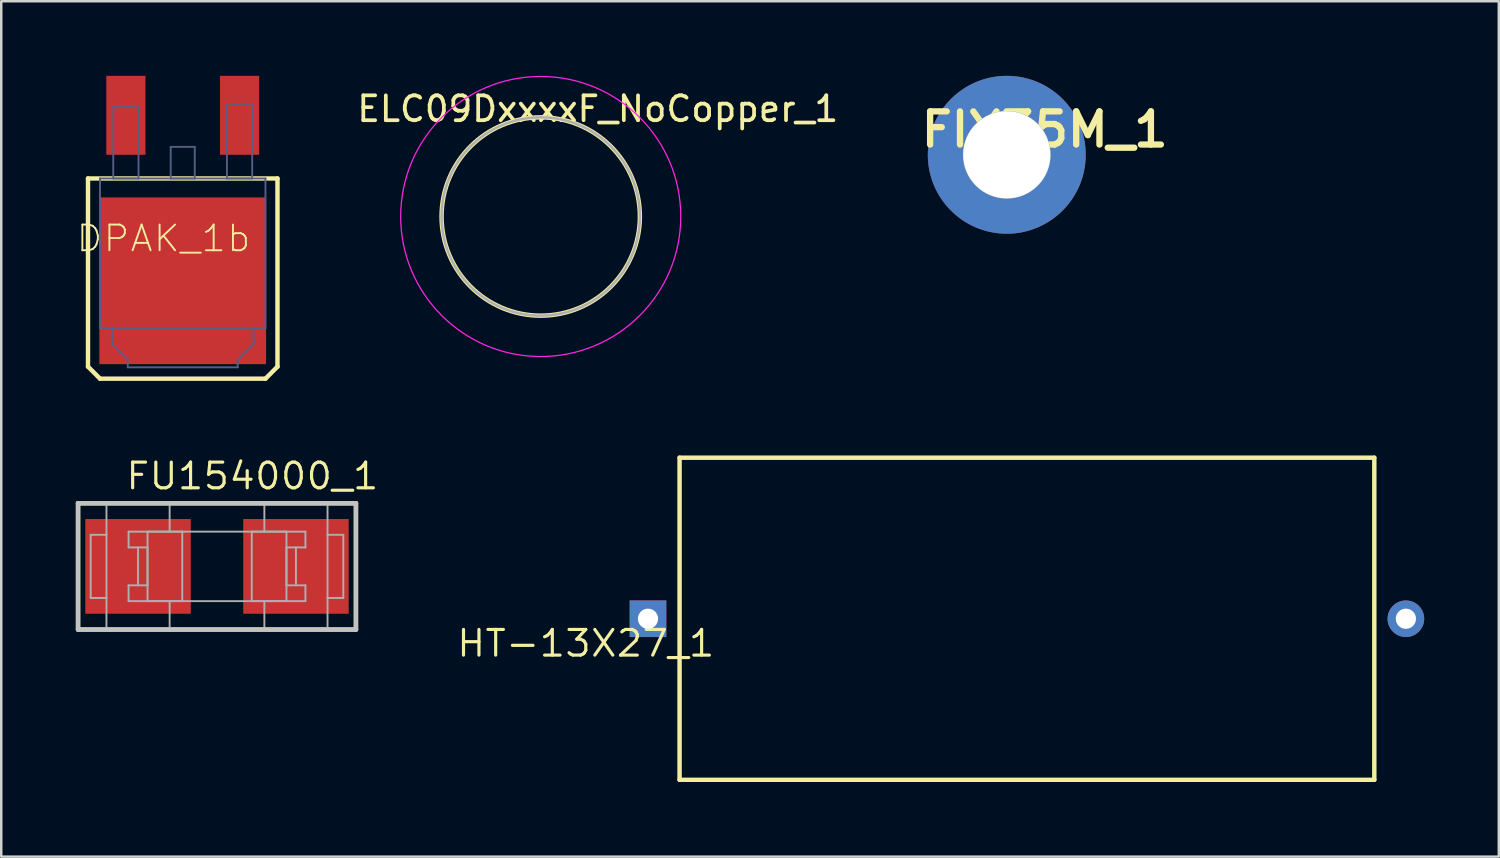
<source format=kicad_pcb>
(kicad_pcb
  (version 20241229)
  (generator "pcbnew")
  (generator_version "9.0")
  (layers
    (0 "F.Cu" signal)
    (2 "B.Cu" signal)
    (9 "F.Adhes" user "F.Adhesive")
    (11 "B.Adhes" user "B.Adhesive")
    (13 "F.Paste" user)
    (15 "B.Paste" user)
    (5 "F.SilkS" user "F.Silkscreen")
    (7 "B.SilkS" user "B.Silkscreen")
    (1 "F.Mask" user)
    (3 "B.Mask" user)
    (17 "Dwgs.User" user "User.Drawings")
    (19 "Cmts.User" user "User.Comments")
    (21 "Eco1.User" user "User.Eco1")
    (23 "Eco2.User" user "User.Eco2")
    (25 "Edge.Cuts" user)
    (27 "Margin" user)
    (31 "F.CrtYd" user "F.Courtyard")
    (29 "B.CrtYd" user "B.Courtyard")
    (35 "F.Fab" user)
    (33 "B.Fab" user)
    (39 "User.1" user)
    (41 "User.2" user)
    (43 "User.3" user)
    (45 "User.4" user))
  (footprint "ELC09DxxxxF_NoCopper_1"
    (layer "F.Cu")
    (at 18.696 5.657)
    (property "Reference" "ELC09DxxxxF_NoCopper_1" (at 2.294 -4.328 0) (layer "F.SilkS") (effects (font (size 1 1) (thickness 0.15))))
    (attr exclude_from_pos_files exclude_from_bom)
    (fp_circle (center 0 0) (end 3.988 0) (stroke (width 0.178) (type solid)) (fill no) (layer "F.SilkS"))
    (fp_circle (center 0 0) (end 0 5.632) (stroke (width 0.05) (type solid)) (fill no) (layer "F.CrtYd"))
    (fp_circle (center 0 0) (end 0 3.988) (stroke (width 0.1) (type solid)) (fill no) (layer "F.Fab"))
    (pad "" smd oval (at 0 -2.5) (size 2.235 2.235) (layers "F.Mask"))
    (pad "" smd oval (at 0 2.5) (size 2.235 2.235) (layers "F.Mask")))
  (footprint "FIX35M_1"
    (layer "F.Cu")
    (at 37.439 3.175)
    (property "Reference" "FIX35M_1" (at 1.524 -1.016 0) (unlocked yes) (layer "F.SilkS") (effects (font (size 1.333 1.402) (thickness 0.254))))
    (attr smd)
    (fp_circle (center 0 0) (end 1.727 0) (stroke (width 0.076) (type solid)) (fill no) (layer "F.Fab"))
    (pad "1" thru_hole circle (at 0 0) (size 6.35 6.35) (drill 3.505) (layers "*.Cu" "*.Mask")))
  (footprint "HT-13X27_1"
    (layer "F.Cu")
    (at 23.01 21.834)
    (property "Reference" "HT-13X27_1" (at -2.502 0.991 0) (unlocked yes) (layer "F.SilkS") (effects (font (size 1.033 1.087) (thickness 0.127))))
    (attr smd)
    (fp_line (start 1.27 -6.477) (end 29.21 -6.477) (stroke (width 0.178) (type solid)) (layer "F.SilkS"))
    (fp_line (start 1.27 6.477) (end 1.27 -6.477) (stroke (width 0.178) (type solid)) (layer "F.SilkS"))
    (fp_line (start 1.27 6.477) (end 29.21 6.477) (stroke (width 0.178) (type solid)) (layer "F.SilkS"))
    (fp_line (start 29.21 6.477) (end 29.21 -6.477) (stroke (width 0.178) (type solid)) (layer "F.SilkS"))
    (pad "+" thru_hole rect (at 0 0) (size 1.473 1.473) (drill 0.813) (layers "*.Cu" "*.Mask"))
    (pad "-" thru_hole circle (at 30.48 0) (size 1.473 1.473) (drill 0.813) (layers "*.Cu" "*.Mask")))
  (footprint "DPAK_1b"
    (layer "F.Cu")
    (at 4.299 6.464)
    (property "Reference" "DPAK_1b" (at -0.775 0.076 0) (unlocked yes) (layer "F.SilkS") (effects (font (size 1.033 1.087) (thickness 0.076))))
    (attr smd)
    (fp_line (start -3.81 -2.337) (end -3.81 5.232) (stroke (width 0.178) (type solid)) (layer "F.SilkS"))
    (fp_line (start -3.327 5.715) (end -3.81 5.232) (stroke (width 0.178) (type solid)) (layer "F.SilkS"))
    (fp_line (start 3.327 5.715) (end -3.327 5.715) (stroke (width 0.178) (type solid)) (layer "F.SilkS"))
    (fp_line (start 3.81 -2.337) (end -3.81 -2.337) (stroke (width 0.178) (type solid)) (layer "F.SilkS"))
    (fp_line (start 3.81 -2.337) (end 3.81 5.232) (stroke (width 0.178) (type solid)) (layer "F.SilkS"))
    (fp_line (start 3.81 5.232) (end 3.327 5.715) (stroke (width 0.178) (type solid)) (layer "F.SilkS"))
    (fp_line (start -3.327 -2.337) (end -3.327 3.683) (stroke (width 0.076) (type solid)) (layer "B.Fab"))
    (fp_line (start -2.845 3.683) (end -2.845 4.318) (stroke (width 0.076) (type solid)) (layer "B.Fab"))
    (fp_line (start -2.794 -5.207) (end -2.794 -2.337) (stroke (width 0.076) (type solid)) (layer "B.Fab"))
    (fp_line (start -2.21 4.953) (end -2.845 4.318) (stroke (width 0.076) (type solid)) (layer "B.Fab"))
    (fp_line (start -2.21 4.953) (end -2.21 5.258) (stroke (width 0.076) (type solid)) (layer "B.Fab"))
    (fp_line (start -1.778 -5.207) (end -2.794 -5.207) (stroke (width 0.076) (type solid)) (layer "B.Fab"))
    (fp_line (start -1.778 -5.207) (end -1.778 -2.337) (stroke (width 0.076) (type solid)) (layer "B.Fab"))
    (fp_line (start -1.778 -2.337) (end -2.794 -2.337) (stroke (width 0.076) (type solid)) (layer "B.Fab"))
    (fp_line (start -0.483 -3.607) (end -0.483 -2.337) (stroke (width 0.076) (type solid)) (layer "B.Fab"))
    (fp_line (start 0.483 -3.607) (end -0.483 -3.607) (stroke (width 0.076) (type solid)) (layer "B.Fab"))
    (fp_line (start 0.483 -3.607) (end 0.483 -2.337) (stroke (width 0.076) (type solid)) (layer "B.Fab"))
    (fp_line (start 0.483 -2.337) (end -0.483 -2.337) (stroke (width 0.076) (type solid)) (layer "B.Fab"))
    (fp_line (start 1.778 -5.334) (end 1.778 -2.337) (stroke (width 0.076) (type solid)) (layer "B.Fab"))
    (fp_line (start 2.21 4.953) (end 2.21 5.258) (stroke (width 0.076) (type solid)) (layer "B.Fab"))
    (fp_line (start 2.21 5.258) (end -2.21 5.258) (stroke (width 0.076) (type solid)) (layer "B.Fab"))
    (fp_line (start 2.794 -5.334) (end 1.778 -5.334) (stroke (width 0.076) (type solid)) (layer "B.Fab"))
    (fp_line (start 2.794 -5.334) (end 2.794 -2.337) (stroke (width 0.076) (type solid)) (layer "B.Fab"))
    (fp_line (start 2.794 -2.337) (end 1.778 -2.337) (stroke (width 0.076) (type solid)) (layer "B.Fab"))
    (fp_line (start 2.845 3.683) (end 2.845 4.318) (stroke (width 0.076) (type solid)) (layer "B.Fab"))
    (fp_line (start 2.845 4.318) (end 2.21 4.953) (stroke (width 0.076) (type solid)) (layer "B.Fab"))
    (fp_line (start 3.327 -2.337) (end -3.327 -2.337) (stroke (width 0.076) (type solid)) (layer "B.Fab"))
    (fp_line (start 3.327 -2.337) (end 3.327 3.683) (stroke (width 0.076) (type solid)) (layer "B.Fab"))
    (fp_line (start 3.327 3.683) (end -3.327 3.683) (stroke (width 0.076) (type solid)) (layer "B.Fab"))
    (pad "1" smd rect (at 2.286 -4.877) (size 1.575 3.175) (layers "F.Cu" "F.Mask" "F.Paste"))
    (pad "2" smd rect (at 0 1.778) (size 6.706 6.706) (layers "F.Cu" "F.Mask" "F.Paste"))
    (pad "3" smd rect (at -2.286 -4.877) (size 1.575 3.175) (layers "F.Cu" "F.Mask" "F.Paste")))
  (footprint "FU154000_1"
    (layer "F.Cu")
    (at 5.677 19.728)
    (property "Reference" "FU154000_1" (at 1.422 -3.632 0) (unlocked yes) (layer "F.SilkS") (effects (font (size 1.033 1.087) (thickness 0.127))))
    (attr smd)
    (fp_line (start -5.588 -2.54) (end 5.588 -2.54) (stroke (width 0.178) (type solid)) (layer "F.SilkS"))
    (fp_line (start -5.588 2.54) (end -5.588 -2.54) (stroke (width 0.178) (type solid)) (layer "F.SilkS"))
    (fp_line (start -5.588 2.54) (end 5.588 2.54) (stroke (width 0.178) (type solid)) (layer "F.SilkS"))
    (fp_line (start 5.588 2.54) (end 5.588 -2.54) (stroke (width 0.178) (type solid)) (layer "F.SilkS"))
    (fp_line (start -5.588 -2.54) (end 5.588 -2.54) (stroke (width 0.178) (type solid)) (layer "Dwgs.User"))
    (fp_line (start -5.588 2.54) (end -5.588 -2.54) (stroke (width 0.178) (type solid)) (layer "Dwgs.User"))
    (fp_line (start -5.588 2.54) (end 5.588 2.54) (stroke (width 0.178) (type solid)) (layer "Dwgs.User"))
    (fp_line (start 5.588 2.54) (end 5.588 -2.54) (stroke (width 0.178) (type solid)) (layer "Dwgs.User"))
    (fp_line (start -5.08 -1.27) (end -4.445 -1.27) (stroke (width 0.076) (type solid)) (layer "F.Fab"))
    (fp_line (start -5.08 1.27) (end -5.08 -1.27) (stroke (width 0.076) (type solid)) (layer "F.Fab"))
    (fp_line (start -5.08 1.27) (end -4.445 1.27) (stroke (width 0.076) (type solid)) (layer "F.Fab"))
    (fp_line (start -4.445 -2.54) (end 4.445 -2.54) (stroke (width 0.076) (type solid)) (layer "F.Fab"))
    (fp_line (start -4.445 -1.27) (end -4.445 -2.54) (stroke (width 0.076) (type solid)) (layer "F.Fab"))
    (fp_line (start -4.445 1.27) (end -4.445 -1.27) (stroke (width 0.076) (type solid)) (layer "F.Fab"))
    (fp_line (start -4.445 2.54) (end -4.445 1.27) (stroke (width 0.076) (type solid)) (layer "F.Fab"))
    (fp_line (start -4.445 2.54) (end 4.445 2.54) (stroke (width 0.076) (type solid)) (layer "F.Fab"))
    (fp_line (start -3.556 -1.397) (end 3.556 -1.397) (stroke (width 0.076) (type solid)) (layer "F.Fab"))
    (fp_line (start -3.556 -0.762) (end -3.556 -1.397) (stroke (width 0.076) (type solid)) (layer "F.Fab"))
    (fp_line (start -3.556 -0.762) (end -2.794 -0.762) (stroke (width 0.076) (type solid)) (layer "F.Fab"))
    (fp_line (start -3.556 0.762) (end -2.794 0.762) (stroke (width 0.076) (type solid)) (layer "F.Fab"))
    (fp_line (start -3.556 1.397) (end -3.556 0.762) (stroke (width 0.076) (type solid)) (layer "F.Fab"))
    (fp_line (start -3.556 1.397) (end 3.556 1.397) (stroke (width 0.076) (type solid)) (layer "F.Fab"))
    (fp_line (start -3.175 0.762) (end -3.175 -0.762) (stroke (width 0.076) (type solid)) (layer "F.Fab"))
    (fp_line (start -2.794 -1.397) (end -1.397 -1.397) (stroke (width 0.076) (type solid)) (layer "F.Fab"))
    (fp_line (start -2.794 0.762) (end -2.794 -0.762) (stroke (width 0.076) (type solid)) (layer "F.Fab"))
    (fp_line (start -2.794 1.397) (end -2.794 -1.397) (stroke (width 0.076) (type solid)) (layer "F.Fab"))
    (fp_line (start -2.794 1.397) (end -1.397 1.397) (stroke (width 0.076) (type solid)) (layer "F.Fab"))
    (fp_line (start -1.905 -1.397) (end -1.905 -2.54) (stroke (width 0.076) (type solid)) (layer "F.Fab"))
    (fp_line (start -1.905 2.54) (end -1.905 1.397) (stroke (width 0.076) (type solid)) (layer "F.Fab"))
    (fp_line (start -1.397 1.397) (end -1.397 -1.397) (stroke (width 0.076) (type solid)) (layer "F.Fab"))
    (fp_line (start 1.397 -1.397) (end 2.794 -1.397) (stroke (width 0.076) (type solid)) (layer "F.Fab"))
    (fp_line (start 1.397 1.397) (end 1.397 -1.397) (stroke (width 0.076) (type solid)) (layer "F.Fab"))
    (fp_line (start 1.397 1.397) (end 2.794 1.397) (stroke (width 0.076) (type solid)) (layer "F.Fab"))
    (fp_line (start 1.905 -1.397) (end 1.905 -2.54) (stroke (width 0.076) (type solid)) (layer "F.Fab"))
    (fp_line (start 1.905 2.54) (end 1.905 1.397) (stroke (width 0.076) (type solid)) (layer "F.Fab"))
    (fp_line (start 2.794 -0.762) (end 3.556 -0.762) (stroke (width 0.076) (type solid)) (layer "F.Fab"))
    (fp_line (start 2.794 0.762) (end 2.794 -0.762) (stroke (width 0.076) (type solid)) (layer "F.Fab"))
    (fp_line (start 2.794 0.762) (end 3.556 0.762) (stroke (width 0.076) (type solid)) (layer "F.Fab"))
    (fp_line (start 2.794 1.397) (end 2.794 -1.397) (stroke (width 0.076) (type solid)) (layer "F.Fab"))
    (fp_line (start 3.175 0.762) (end 3.175 -0.762) (stroke (width 0.076) (type solid)) (layer "F.Fab"))
    (fp_line (start 3.556 -0.762) (end 3.556 -1.397) (stroke (width 0.076) (type solid)) (layer "F.Fab"))
    (fp_line (start 3.556 1.397) (end 3.556 0.762) (stroke (width 0.076) (type solid)) (layer "F.Fab"))
    (fp_line (start 4.445 -1.27) (end 4.445 -2.54) (stroke (width 0.076) (type solid)) (layer "F.Fab"))
    (fp_line (start 4.445 -1.27) (end 5.08 -1.27) (stroke (width 0.076) (type solid)) (layer "F.Fab"))
    (fp_line (start 4.445 1.27) (end 4.445 -1.27) (stroke (width 0.076) (type solid)) (layer "F.Fab"))
    (fp_line (start 4.445 1.27) (end 5.08 1.27) (stroke (width 0.076) (type solid)) (layer "F.Fab"))
    (fp_line (start 4.445 2.54) (end 4.445 1.27) (stroke (width 0.076) (type solid)) (layer "F.Fab"))
    (fp_line (start 5.08 1.27) (end 5.08 -1.27) (stroke (width 0.076) (type solid)) (layer "F.Fab"))
    (pad "1" smd rect (at -3.175 0) (size 4.242 3.81) (layers "F.Cu" "F.Mask" "F.Paste"))
    (pad "2" smd rect (at 3.175 0) (size 4.242 3.81) (layers "F.Cu" "F.Mask" "F.Paste")))
  (gr_rect
    (start -3 -3)
    (end 57.227 31.4)
    (stroke (width 0.1) (type default))
    (fill no)
    (layer "Edge.Cuts")))
</source>
